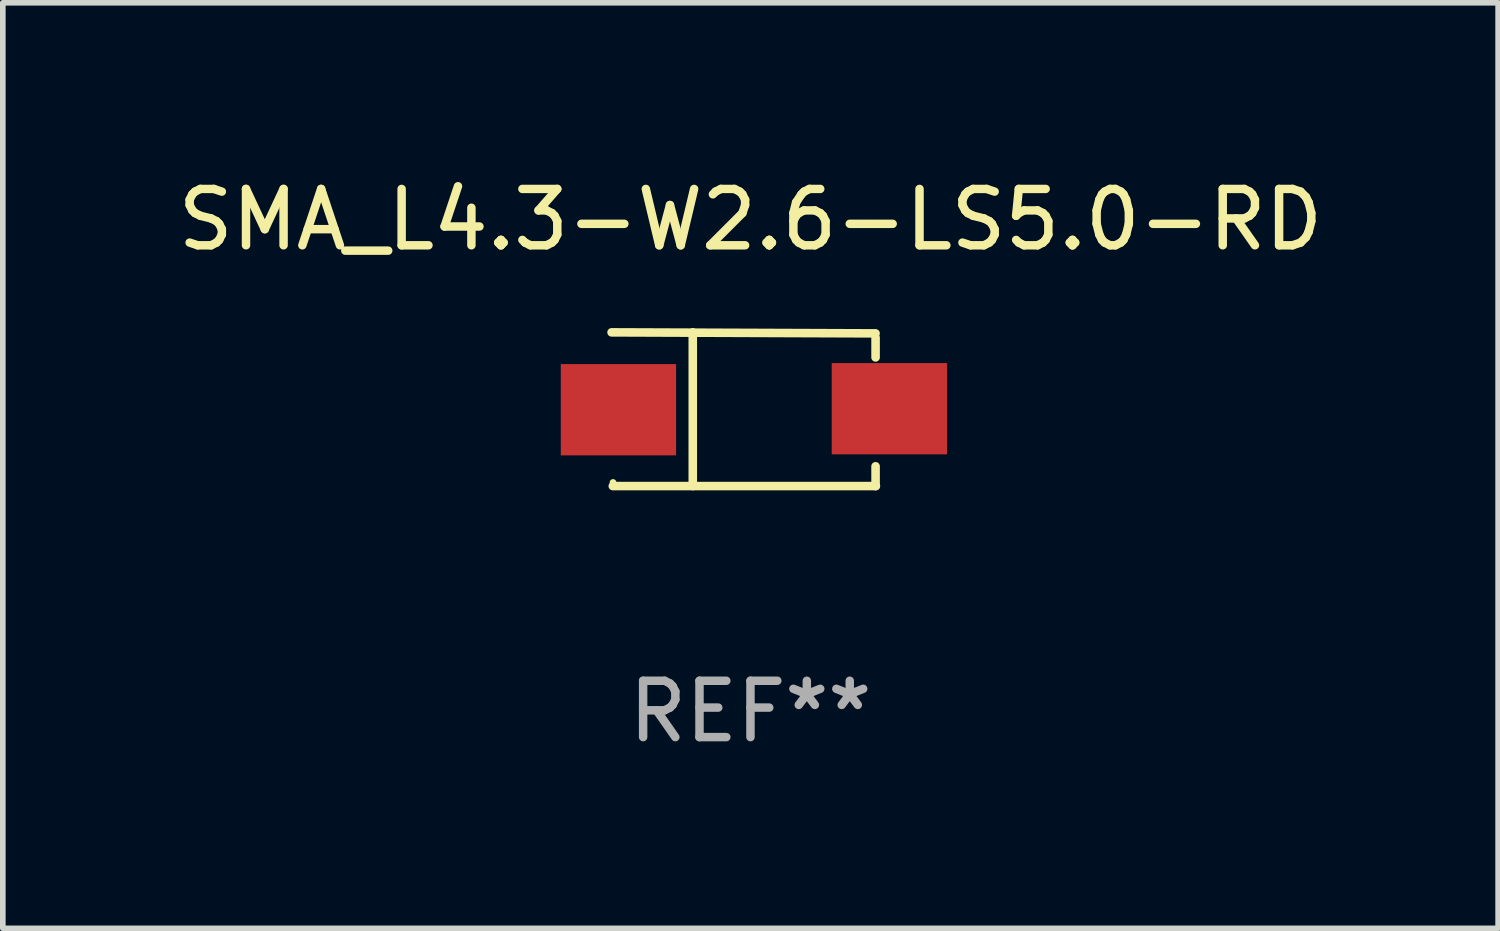
<source format=kicad_pcb>
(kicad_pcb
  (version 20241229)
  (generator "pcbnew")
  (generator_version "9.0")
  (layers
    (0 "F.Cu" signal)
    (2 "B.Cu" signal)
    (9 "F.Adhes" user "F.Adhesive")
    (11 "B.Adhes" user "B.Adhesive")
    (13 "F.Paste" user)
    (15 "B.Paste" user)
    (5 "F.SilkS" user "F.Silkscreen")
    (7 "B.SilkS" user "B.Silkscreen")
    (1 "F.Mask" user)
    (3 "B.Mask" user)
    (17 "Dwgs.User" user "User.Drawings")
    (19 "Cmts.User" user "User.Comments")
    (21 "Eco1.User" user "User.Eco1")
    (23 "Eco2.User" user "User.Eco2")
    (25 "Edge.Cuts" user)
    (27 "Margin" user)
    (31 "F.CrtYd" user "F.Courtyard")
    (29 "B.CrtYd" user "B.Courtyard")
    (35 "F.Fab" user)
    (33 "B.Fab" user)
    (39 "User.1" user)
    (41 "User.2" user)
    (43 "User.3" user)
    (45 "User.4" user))
  (footprint "SMA_L4.3-W2.6-LS5.0-RD"
    (layer "F.Cu")
    (at 10.329 4.212)
    (property "Reference" "SMA_L4.3-W2.6-LS5.0-RD" (at -0.061 -3.364 0) (layer "F.SilkS") (effects (font (size 1 1) (thickness 0.15))))
    (attr through_hole)
    (fp_line (start -2.526 -1.364) (end 2.159 -1.346) (stroke (width 0.152) (type solid)) (layer "F.SilkS"))
    (fp_line (start -2.504 1.364) (end 2.165 1.364) (stroke (width 0.152) (type solid)) (layer "F.SilkS"))
    (fp_line (start -1.085 -1.364) (end -1.085 1.364) (stroke (width 0.152) (type solid)) (layer "F.SilkS"))
    (fp_line (start 2.159 -1.27) (end 2.159 -0.919) (stroke (width 0.152) (type solid)) (layer "F.SilkS"))
    (fp_line (start 2.159 1.364) (end 2.159 1.013) (stroke (width 0.152) (type solid)) (layer "F.SilkS"))
    (fp_circle (center -2.5 1.3) (end -2.47 1.3) (stroke (width 0.06) (type solid)) (fill no) (layer "F.SilkS"))
    (fp_text user "REF**" (at -0.061 5.364 0) (layer "F.Fab") (effects (font (size 1 1) (thickness 0.15))))
    (pad "1" smd rect (at -2.404 0.009) (size 2.046 1.62) (layers "F.Cu" "F.Mask" "F.Paste"))
    (pad "2" smd rect (at 2.404 -0.009 180) (size 2.046 1.62) (layers "F.Cu" "F.Mask" "F.Paste")))
  (gr_rect
    (start -3 -3)
    (end 23.536 13.424)
    (stroke (width 0.1) (type default))
    (fill no)
    (layer "Edge.Cuts")))
</source>
